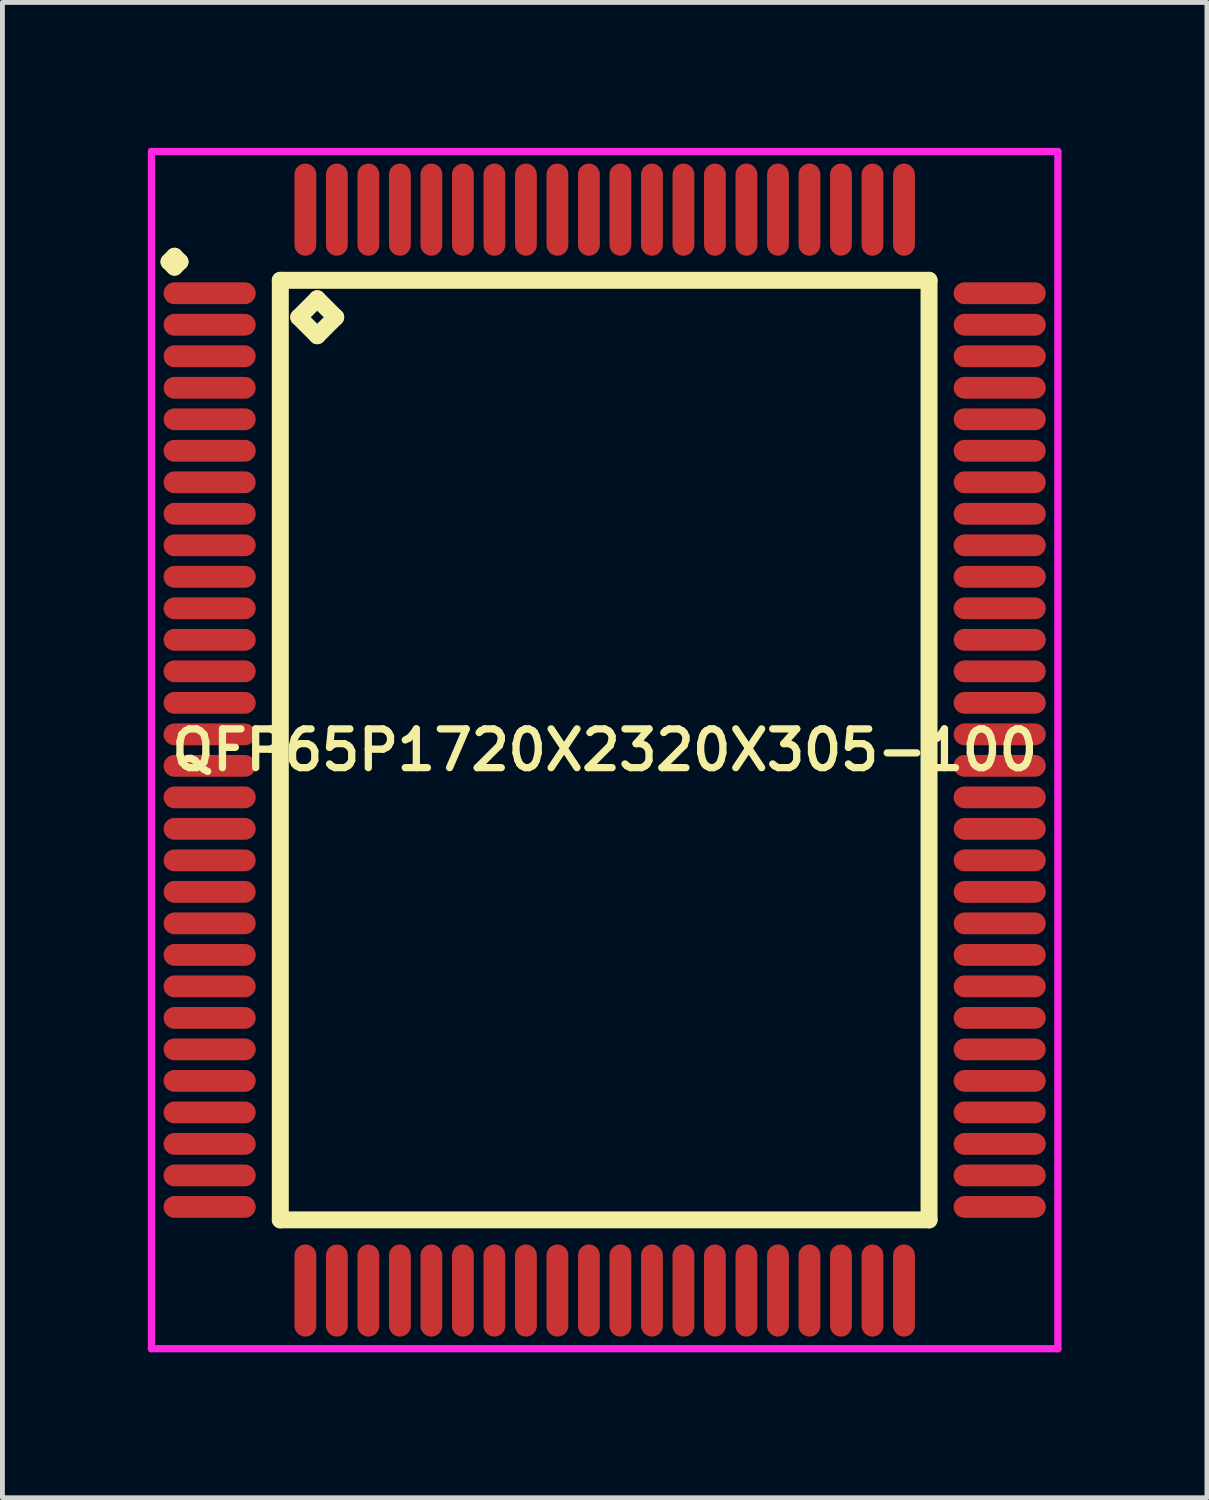
<source format=kicad_pcb>
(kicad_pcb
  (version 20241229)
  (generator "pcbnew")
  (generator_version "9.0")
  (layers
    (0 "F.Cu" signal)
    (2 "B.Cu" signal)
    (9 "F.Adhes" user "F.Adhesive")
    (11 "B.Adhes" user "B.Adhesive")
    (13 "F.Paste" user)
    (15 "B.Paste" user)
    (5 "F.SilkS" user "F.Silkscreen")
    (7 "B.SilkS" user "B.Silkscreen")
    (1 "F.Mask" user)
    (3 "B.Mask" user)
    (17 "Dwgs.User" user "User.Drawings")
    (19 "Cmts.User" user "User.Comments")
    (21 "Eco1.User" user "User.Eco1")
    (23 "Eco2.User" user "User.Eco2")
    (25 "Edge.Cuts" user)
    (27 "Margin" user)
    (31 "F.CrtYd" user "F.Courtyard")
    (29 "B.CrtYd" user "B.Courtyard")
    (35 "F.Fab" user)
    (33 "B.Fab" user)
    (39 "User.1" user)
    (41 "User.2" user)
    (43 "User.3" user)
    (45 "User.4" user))
  (footprint "QFP65P1720X2320X305-100"
    (layer "F.Cu")
    (at 9.425 12.425)
    (property "Reference" "QFP65P1720X2320X305-100" (at 0 0 0) (layer "F.SilkS") (effects (font (size 0.8 0.8) (thickness 0.15))))
    (attr smd)
    (fp_line (start -8.988 -10.075) (end -8.875 -10.188) (stroke (width 0.35) (type solid)) (layer "F.SilkS"))
    (fp_line (start -8.875 -10.188) (end -8.762 -10.075) (stroke (width 0.35) (type solid)) (layer "F.SilkS"))
    (fp_line (start -8.875 -9.963) (end -8.988 -10.075) (stroke (width 0.35) (type solid)) (layer "F.SilkS"))
    (fp_line (start -8.762 -10.075) (end -8.875 -9.963) (stroke (width 0.35) (type solid)) (layer "F.SilkS"))
    (fp_line (start -6.692 -9.692) (end -6.692 9.692) (stroke (width 0.35) (type solid)) (layer "F.SilkS"))
    (fp_line (start -6.692 9.692) (end 6.692 9.692) (stroke (width 0.35) (type solid)) (layer "F.SilkS"))
    (fp_line (start -6.311 -8.93) (end -5.93 -9.311) (stroke (width 0.35) (type solid)) (layer "F.SilkS"))
    (fp_line (start -5.93 -9.311) (end -5.549 -8.93) (stroke (width 0.35) (type solid)) (layer "F.SilkS"))
    (fp_line (start -5.93 -8.549) (end -6.311 -8.93) (stroke (width 0.35) (type solid)) (layer "F.SilkS"))
    (fp_line (start -5.549 -8.93) (end -5.93 -8.549) (stroke (width 0.35) (type solid)) (layer "F.SilkS"))
    (fp_line (start 6.692 -9.692) (end -6.692 -9.692) (stroke (width 0.35) (type solid)) (layer "F.SilkS"))
    (fp_line (start 6.692 9.692) (end 6.692 -9.692) (stroke (width 0.35) (type solid)) (layer "F.SilkS"))
    (fp_line (start -9.35 -12.35) (end 9.35 -12.35) (stroke (width 0.15) (type solid)) (layer "F.CrtYd"))
    (fp_line (start -9.35 12.35) (end -9.35 -12.35) (stroke (width 0.15) (type solid)) (layer "F.CrtYd"))
    (fp_line (start 9.35 -12.35) (end 9.35 12.35) (stroke (width 0.15) (type solid)) (layer "F.CrtYd"))
    (fp_line (start 9.35 12.35) (end -9.35 12.35) (stroke (width 0.15) (type solid)) (layer "F.CrtYd"))
    (pad "1" smd oval (at -8.15 -9.425) (size 1.9 0.45) (layers "F.Cu" "F.Mask" "F.Paste"))
    (pad "2" smd oval (at -8.15 -8.775) (size 1.9 0.45) (layers "F.Cu" "F.Mask" "F.Paste"))
    (pad "3" smd oval (at -8.15 -8.125) (size 1.9 0.45) (layers "F.Cu" "F.Mask" "F.Paste"))
    (pad "4" smd oval (at -8.15 -7.475) (size 1.9 0.45) (layers "F.Cu" "F.Mask" "F.Paste"))
    (pad "5" smd oval (at -8.15 -6.825) (size 1.9 0.45) (layers "F.Cu" "F.Mask" "F.Paste"))
    (pad "6" smd oval (at -8.15 -6.175) (size 1.9 0.45) (layers "F.Cu" "F.Mask" "F.Paste"))
    (pad "7" smd oval (at -8.15 -5.525) (size 1.9 0.45) (layers "F.Cu" "F.Mask" "F.Paste"))
    (pad "8" smd oval (at -8.15 -4.875) (size 1.9 0.45) (layers "F.Cu" "F.Mask" "F.Paste"))
    (pad "9" smd oval (at -8.15 -4.225) (size 1.9 0.45) (layers "F.Cu" "F.Mask" "F.Paste"))
    (pad "10" smd oval (at -8.15 -3.575) (size 1.9 0.45) (layers "F.Cu" "F.Mask" "F.Paste"))
    (pad "11" smd oval (at -8.15 -2.925) (size 1.9 0.45) (layers "F.Cu" "F.Mask" "F.Paste"))
    (pad "12" smd oval (at -8.15 -2.275) (size 1.9 0.45) (layers "F.Cu" "F.Mask" "F.Paste"))
    (pad "13" smd oval (at -8.15 -1.625) (size 1.9 0.45) (layers "F.Cu" "F.Mask" "F.Paste"))
    (pad "14" smd oval (at -8.15 -0.975) (size 1.9 0.45) (layers "F.Cu" "F.Mask" "F.Paste"))
    (pad "15" smd oval (at -8.15 -0.325) (size 1.9 0.45) (layers "F.Cu" "F.Mask" "F.Paste"))
    (pad "16" smd oval (at -8.15 0.325) (size 1.9 0.45) (layers "F.Cu" "F.Mask" "F.Paste"))
    (pad "17" smd oval (at -8.15 0.975) (size 1.9 0.45) (layers "F.Cu" "F.Mask" "F.Paste"))
    (pad "18" smd oval (at -8.15 1.625) (size 1.9 0.45) (layers "F.Cu" "F.Mask" "F.Paste"))
    (pad "19" smd oval (at -8.15 2.275) (size 1.9 0.45) (layers "F.Cu" "F.Mask" "F.Paste"))
    (pad "20" smd oval (at -8.15 2.925) (size 1.9 0.45) (layers "F.Cu" "F.Mask" "F.Paste"))
    (pad "21" smd oval (at -8.15 3.575) (size 1.9 0.45) (layers "F.Cu" "F.Mask" "F.Paste"))
    (pad "22" smd oval (at -8.15 4.225) (size 1.9 0.45) (layers "F.Cu" "F.Mask" "F.Paste"))
    (pad "23" smd oval (at -8.15 4.875) (size 1.9 0.45) (layers "F.Cu" "F.Mask" "F.Paste"))
    (pad "24" smd oval (at -8.15 5.525) (size 1.9 0.45) (layers "F.Cu" "F.Mask" "F.Paste"))
    (pad "25" smd oval (at -8.15 6.175) (size 1.9 0.45) (layers "F.Cu" "F.Mask" "F.Paste"))
    (pad "26" smd oval (at -8.15 6.825) (size 1.9 0.45) (layers "F.Cu" "F.Mask" "F.Paste"))
    (pad "27" smd oval (at -8.15 7.475) (size 1.9 0.45) (layers "F.Cu" "F.Mask" "F.Paste"))
    (pad "28" smd oval (at -8.15 8.125) (size 1.9 0.45) (layers "F.Cu" "F.Mask" "F.Paste"))
    (pad "29" smd oval (at -8.15 8.775) (size 1.9 0.45) (layers "F.Cu" "F.Mask" "F.Paste"))
    (pad "30" smd oval (at -8.15 9.425) (size 1.9 0.45) (layers "F.Cu" "F.Mask" "F.Paste"))
    (pad "31" smd oval (at -6.175 11.15) (size 0.45 1.9) (layers "F.Cu" "F.Mask" "F.Paste"))
    (pad "32" smd oval (at -5.525 11.15) (size 0.45 1.9) (layers "F.Cu" "F.Mask" "F.Paste"))
    (pad "33" smd oval (at -4.875 11.15) (size 0.45 1.9) (layers "F.Cu" "F.Mask" "F.Paste"))
    (pad "34" smd oval (at -4.225 11.15) (size 0.45 1.9) (layers "F.Cu" "F.Mask" "F.Paste"))
    (pad "35" smd oval (at -3.575 11.15) (size 0.45 1.9) (layers "F.Cu" "F.Mask" "F.Paste"))
    (pad "36" smd oval (at -2.925 11.15) (size 0.45 1.9) (layers "F.Cu" "F.Mask" "F.Paste"))
    (pad "37" smd oval (at -2.275 11.15) (size 0.45 1.9) (layers "F.Cu" "F.Mask" "F.Paste"))
    (pad "38" smd oval (at -1.625 11.15) (size 0.45 1.9) (layers "F.Cu" "F.Mask" "F.Paste"))
    (pad "39" smd oval (at -0.975 11.15) (size 0.45 1.9) (layers "F.Cu" "F.Mask" "F.Paste"))
    (pad "40" smd oval (at -0.325 11.15) (size 0.45 1.9) (layers "F.Cu" "F.Mask" "F.Paste"))
    (pad "41" smd oval (at 0.325 11.15) (size 0.45 1.9) (layers "F.Cu" "F.Mask" "F.Paste"))
    (pad "42" smd oval (at 0.975 11.15) (size 0.45 1.9) (layers "F.Cu" "F.Mask" "F.Paste"))
    (pad "43" smd oval (at 1.625 11.15) (size 0.45 1.9) (layers "F.Cu" "F.Mask" "F.Paste"))
    (pad "44" smd oval (at 2.275 11.15) (size 0.45 1.9) (layers "F.Cu" "F.Mask" "F.Paste"))
    (pad "45" smd oval (at 2.925 11.15) (size 0.45 1.9) (layers "F.Cu" "F.Mask" "F.Paste"))
    (pad "46" smd oval (at 3.575 11.15) (size 0.45 1.9) (layers "F.Cu" "F.Mask" "F.Paste"))
    (pad "47" smd oval (at 4.225 11.15) (size 0.45 1.9) (layers "F.Cu" "F.Mask" "F.Paste"))
    (pad "48" smd oval (at 4.875 11.15) (size 0.45 1.9) (layers "F.Cu" "F.Mask" "F.Paste"))
    (pad "49" smd oval (at 5.525 11.15) (size 0.45 1.9) (layers "F.Cu" "F.Mask" "F.Paste"))
    (pad "50" smd oval (at 6.175 11.15) (size 0.45 1.9) (layers "F.Cu" "F.Mask" "F.Paste"))
    (pad "51" smd oval (at 8.15 9.425) (size 1.9 0.45) (layers "F.Cu" "F.Mask" "F.Paste"))
    (pad "52" smd oval (at 8.15 8.775) (size 1.9 0.45) (layers "F.Cu" "F.Mask" "F.Paste"))
    (pad "53" smd oval (at 8.15 8.125) (size 1.9 0.45) (layers "F.Cu" "F.Mask" "F.Paste"))
    (pad "54" smd oval (at 8.15 7.475) (size 1.9 0.45) (layers "F.Cu" "F.Mask" "F.Paste"))
    (pad "55" smd oval (at 8.15 6.825) (size 1.9 0.45) (layers "F.Cu" "F.Mask" "F.Paste"))
    (pad "56" smd oval (at 8.15 6.175) (size 1.9 0.45) (layers "F.Cu" "F.Mask" "F.Paste"))
    (pad "57" smd oval (at 8.15 5.525) (size 1.9 0.45) (layers "F.Cu" "F.Mask" "F.Paste"))
    (pad "58" smd oval (at 8.15 4.875) (size 1.9 0.45) (layers "F.Cu" "F.Mask" "F.Paste"))
    (pad "59" smd oval (at 8.15 4.225) (size 1.9 0.45) (layers "F.Cu" "F.Mask" "F.Paste"))
    (pad "60" smd oval (at 8.15 3.575) (size 1.9 0.45) (layers "F.Cu" "F.Mask" "F.Paste"))
    (pad "61" smd oval (at 8.15 2.925) (size 1.9 0.45) (layers "F.Cu" "F.Mask" "F.Paste"))
    (pad "62" smd oval (at 8.15 2.275) (size 1.9 0.45) (layers "F.Cu" "F.Mask" "F.Paste"))
    (pad "63" smd oval (at 8.15 1.625) (size 1.9 0.45) (layers "F.Cu" "F.Mask" "F.Paste"))
    (pad "64" smd oval (at 8.15 0.975) (size 1.9 0.45) (layers "F.Cu" "F.Mask" "F.Paste"))
    (pad "65" smd oval (at 8.15 0.325) (size 1.9 0.45) (layers "F.Cu" "F.Mask" "F.Paste"))
    (pad "66" smd oval (at 8.15 -0.325) (size 1.9 0.45) (layers "F.Cu" "F.Mask" "F.Paste"))
    (pad "67" smd oval (at 8.15 -0.975) (size 1.9 0.45) (layers "F.Cu" "F.Mask" "F.Paste"))
    (pad "68" smd oval (at 8.15 -1.625) (size 1.9 0.45) (layers "F.Cu" "F.Mask" "F.Paste"))
    (pad "69" smd oval (at 8.15 -2.275) (size 1.9 0.45) (layers "F.Cu" "F.Mask" "F.Paste"))
    (pad "70" smd oval (at 8.15 -2.925) (size 1.9 0.45) (layers "F.Cu" "F.Mask" "F.Paste"))
    (pad "71" smd oval (at 8.15 -3.575) (size 1.9 0.45) (layers "F.Cu" "F.Mask" "F.Paste"))
    (pad "72" smd oval (at 8.15 -4.225) (size 1.9 0.45) (layers "F.Cu" "F.Mask" "F.Paste"))
    (pad "73" smd oval (at 8.15 -4.875) (size 1.9 0.45) (layers "F.Cu" "F.Mask" "F.Paste"))
    (pad "74" smd oval (at 8.15 -5.525) (size 1.9 0.45) (layers "F.Cu" "F.Mask" "F.Paste"))
    (pad "75" smd oval (at 8.15 -6.175) (size 1.9 0.45) (layers "F.Cu" "F.Mask" "F.Paste"))
    (pad "76" smd oval (at 8.15 -6.825) (size 1.9 0.45) (layers "F.Cu" "F.Mask" "F.Paste"))
    (pad "77" smd oval (at 8.15 -7.475) (size 1.9 0.45) (layers "F.Cu" "F.Mask" "F.Paste"))
    (pad "78" smd oval (at 8.15 -8.125) (size 1.9 0.45) (layers "F.Cu" "F.Mask" "F.Paste"))
    (pad "79" smd oval (at 8.15 -8.775) (size 1.9 0.45) (layers "F.Cu" "F.Mask" "F.Paste"))
    (pad "80" smd oval (at 8.15 -9.425) (size 1.9 0.45) (layers "F.Cu" "F.Mask" "F.Paste"))
    (pad "81" smd oval (at 6.175 -11.15) (size 0.45 1.9) (layers "F.Cu" "F.Mask" "F.Paste"))
    (pad "82" smd oval (at 5.525 -11.15) (size 0.45 1.9) (layers "F.Cu" "F.Mask" "F.Paste"))
    (pad "83" smd oval (at 4.875 -11.15) (size 0.45 1.9) (layers "F.Cu" "F.Mask" "F.Paste"))
    (pad "84" smd oval (at 4.225 -11.15) (size 0.45 1.9) (layers "F.Cu" "F.Mask" "F.Paste"))
    (pad "85" smd oval (at 3.575 -11.15) (size 0.45 1.9) (layers "F.Cu" "F.Mask" "F.Paste"))
    (pad "86" smd oval (at 2.925 -11.15) (size 0.45 1.9) (layers "F.Cu" "F.Mask" "F.Paste"))
    (pad "87" smd oval (at 2.275 -11.15) (size 0.45 1.9) (layers "F.Cu" "F.Mask" "F.Paste"))
    (pad "88" smd oval (at 1.625 -11.15) (size 0.45 1.9) (layers "F.Cu" "F.Mask" "F.Paste"))
    (pad "89" smd oval (at 0.975 -11.15) (size 0.45 1.9) (layers "F.Cu" "F.Mask" "F.Paste"))
    (pad "90" smd oval (at 0.325 -11.15) (size 0.45 1.9) (layers "F.Cu" "F.Mask" "F.Paste"))
    (pad "91" smd oval (at -0.325 -11.15) (size 0.45 1.9) (layers "F.Cu" "F.Mask" "F.Paste"))
    (pad "92" smd oval (at -0.975 -11.15) (size 0.45 1.9) (layers "F.Cu" "F.Mask" "F.Paste"))
    (pad "93" smd oval (at -1.625 -11.15) (size 0.45 1.9) (layers "F.Cu" "F.Mask" "F.Paste"))
    (pad "94" smd oval (at -2.275 -11.15) (size 0.45 1.9) (layers "F.Cu" "F.Mask" "F.Paste"))
    (pad "95" smd oval (at -2.925 -11.15) (size 0.45 1.9) (layers "F.Cu" "F.Mask" "F.Paste"))
    (pad "96" smd oval (at -3.575 -11.15) (size 0.45 1.9) (layers "F.Cu" "F.Mask" "F.Paste"))
    (pad "97" smd oval (at -4.225 -11.15) (size 0.45 1.9) (layers "F.Cu" "F.Mask" "F.Paste"))
    (pad "98" smd oval (at -4.875 -11.15) (size 0.45 1.9) (layers "F.Cu" "F.Mask" "F.Paste"))
    (pad "99" smd oval (at -5.525 -11.15) (size 0.45 1.9) (layers "F.Cu" "F.Mask" "F.Paste"))
    (pad "100" smd oval (at -6.175 -11.15) (size 0.45 1.9) (layers "F.Cu" "F.Mask" "F.Paste")))
  (gr_rect
    (start -3 -3)
    (end 21.85 27.85)
    (stroke (width 0.1) (type default))
    (fill no)
    (layer "Edge.Cuts")))
</source>
